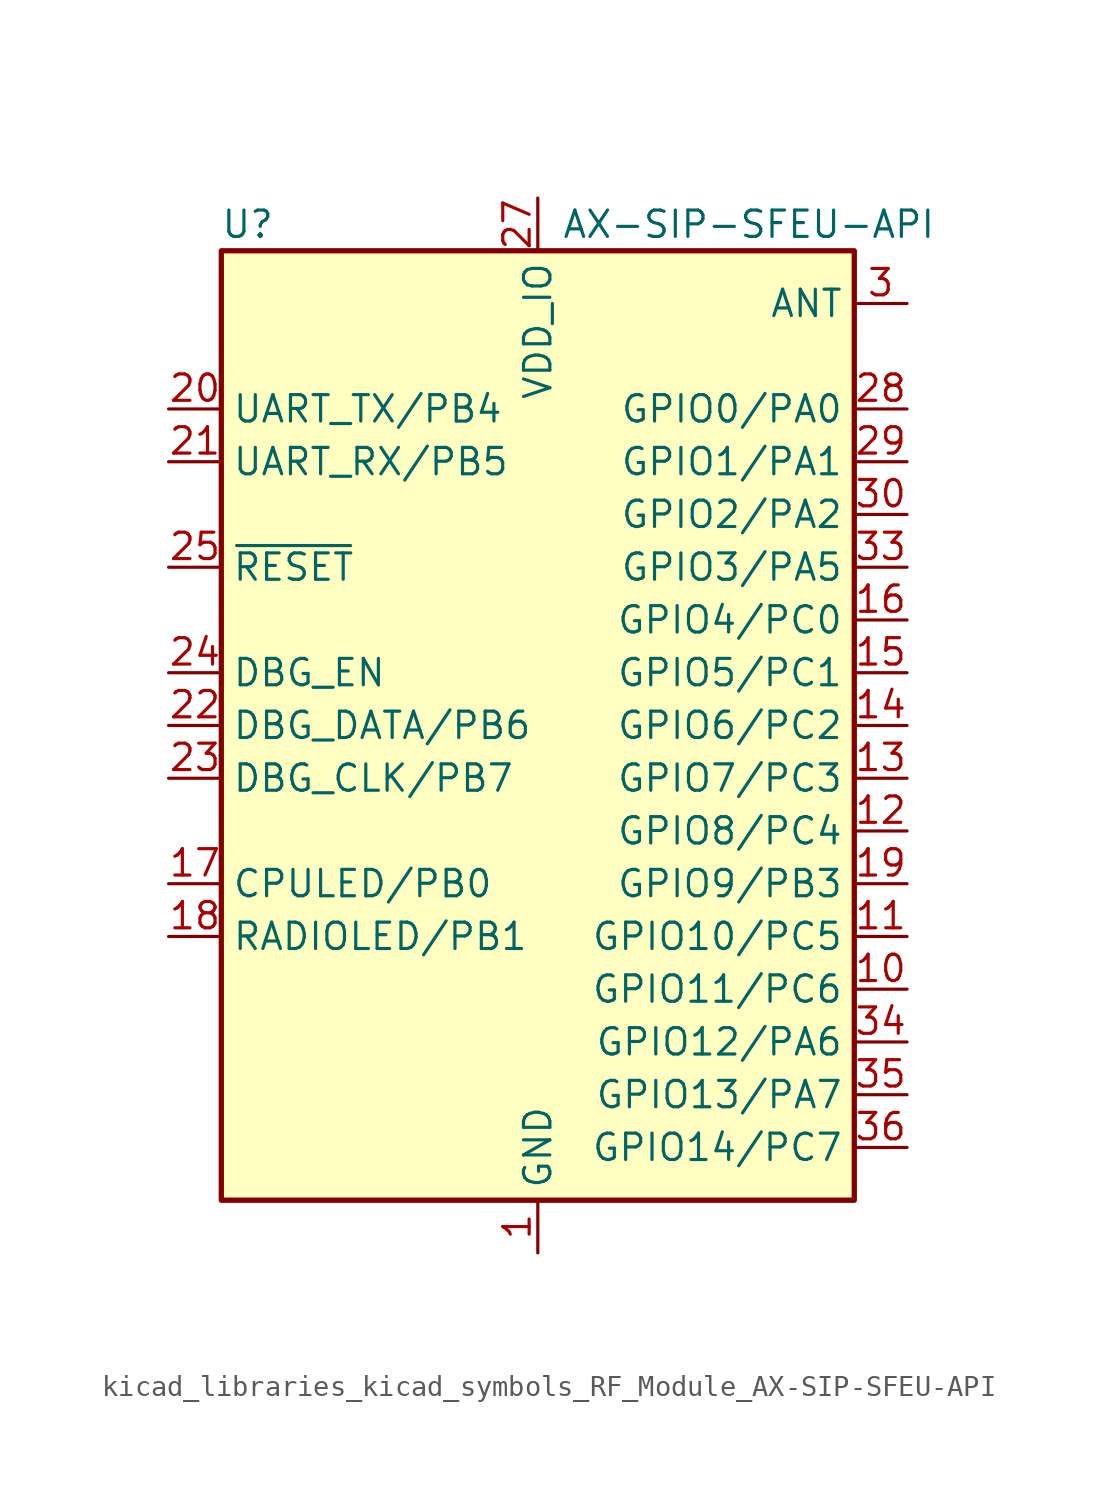
<source format=kicad_sym>
(kicad_symbol_lib
  (version 20220914)
  (generator kicad_symbol_editor)
  (symbol "kicad_libraries_kicad_symbols_RF_Module_AX-SIP-SFEU-API"
    (property "Reference" "U"
      (at -13.97 24.13 0)
      (effects (font (size 1.27 1.27))))
    (property "Value" "AX-SIP-SFEU-API"
      (at 10.16 24.13 0)
      (effects (font (size 1.27 1.27))))
    (symbol "kicad_libraries_kicad_symbols_RF_Module_AX-SIP-SFEU-API_0_1"
      (rectangle (start -15.24 22.86) (end 15.24 -22.86) (stroke (width 0.254) (type default)) (fill (type background))))
    (symbol "kicad_libraries_kicad_symbols_RF_Module_AX-SIP-SFEU-API_1_1"
      (pin power_in line (at 0 -25.4 90) (length 2.54) (name "GND" (effects (font (size 1.27 1.27)))) (number "1" (effects (font (size 1.27 1.27)))))
      (pin bidirectional line (at 17.78 -12.7 180) (length 2.54) (name "GPIO11/PC6" (effects (font (size 1.27 1.27)))) (number "10" (effects (font (size 1.27 1.27)))))
      (pin bidirectional line (at 17.78 -10.16 180) (length 2.54) (name "GPIO10/PC5" (effects (font (size 1.27 1.27)))) (number "11" (effects (font (size 1.27 1.27)))))
      (pin bidirectional line (at 17.78 -5.08 180) (length 2.54) (name "GPIO8/PC4" (effects (font (size 1.27 1.27)))) (number "12" (effects (font (size 1.27 1.27)))))
      (pin bidirectional line (at 17.78 -2.54 180) (length 2.54) (name "GPIO7/PC3" (effects (font (size 1.27 1.27)))) (number "13" (effects (font (size 1.27 1.27)))))
      (pin bidirectional line (at 17.78 0 180) (length 2.54) (name "GPIO6/PC2" (effects (font (size 1.27 1.27)))) (number "14" (effects (font (size 1.27 1.27)))))
      (pin bidirectional line (at 17.78 2.54 180) (length 2.54) (name "GPIO5/PC1" (effects (font (size 1.27 1.27)))) (number "15" (effects (font (size 1.27 1.27)))))
      (pin bidirectional line (at 17.78 5.08 180) (length 2.54) (name "GPIO4/PC0" (effects (font (size 1.27 1.27)))) (number "16" (effects (font (size 1.27 1.27)))))
      (pin output line (at -17.78 -7.62 0) (length 2.54) (name "CPULED/PB0" (effects (font (size 1.27 1.27)))) (number "17" (effects (font (size 1.27 1.27)))))
      (pin output line (at -17.78 -10.16 0) (length 2.54) (name "RADIOLED/PB1" (effects (font (size 1.27 1.27)))) (number "18" (effects (font (size 1.27 1.27)))))
      (pin bidirectional line (at 17.78 -7.62 180) (length 2.54) (name "GPIO9/PB3" (effects (font (size 1.27 1.27)))) (number "19" (effects (font (size 1.27 1.27)))))
      (pin passive line (at 0 -25.4 90) (length 2.54) hide (name "GND" (effects (font (size 1.27 1.27)))) (number "2" (effects (font (size 1.27 1.27)))))
      (pin output line (at -17.78 15.24 0) (length 2.54) (name "UART_TX/PB4" (effects (font (size 1.27 1.27)))) (number "20" (effects (font (size 1.27 1.27)))))
      (pin input line (at -17.78 12.7 0) (length 2.54) (name "UART_RX/PB5" (effects (font (size 1.27 1.27)))) (number "21" (effects (font (size 1.27 1.27)))))
      (pin bidirectional line (at -17.78 0 0) (length 2.54) (name "DBG_DATA/PB6" (effects (font (size 1.27 1.27)))) (number "22" (effects (font (size 1.27 1.27)))))
      (pin input line (at -17.78 -2.54 0) (length 2.54) (name "DBG_CLK/PB7" (effects (font (size 1.27 1.27)))) (number "23" (effects (font (size 1.27 1.27)))))
      (pin input line (at -17.78 2.54 0) (length 2.54) (name "DBG_EN" (effects (font (size 1.27 1.27)))) (number "24" (effects (font (size 1.27 1.27)))))
      (pin input line (at -17.78 7.62 0) (length 2.54) (name "~{RESET}" (effects (font (size 1.27 1.27)))) (number "25" (effects (font (size 1.27 1.27)))))
      (pin passive line (at 0 -25.4 90) (length 2.54) hide (name "GND" (effects (font (size 1.27 1.27)))) (number "26" (effects (font (size 1.27 1.27)))))
      (pin power_in line (at 0 25.4 270) (length 2.54) (name "VDD_IO" (effects (font (size 1.27 1.27)))) (number "27" (effects (font (size 1.27 1.27)))))
      (pin bidirectional line (at 17.78 15.24 180) (length 2.54) (name "GPIO0/PA0" (effects (font (size 1.27 1.27)))) (number "28" (effects (font (size 1.27 1.27)))))
      (pin bidirectional line (at 17.78 12.7 180) (length 2.54) (name "GPIO1/PA1" (effects (font (size 1.27 1.27)))) (number "29" (effects (font (size 1.27 1.27)))))
      (pin passive line (at 17.78 20.32 180) (length 2.54) (name "ANT" (effects (font (size 1.27 1.27)))) (number "3" (effects (font (size 1.27 1.27)))))
      (pin bidirectional line (at 17.78 10.16 180) (length 2.54) (name "GPIO2/PA2" (effects (font (size 1.27 1.27)))) (number "30" (effects (font (size 1.27 1.27)))))
      (pin no_connect line (at 2.54 22.86 270) (length 2.54) hide (name "NC" (effects (font (size 1.27 1.27)))) (number "31" (effects (font (size 1.27 1.27)))))
      (pin no_connect line (at 5.08 22.86 270) (length 2.54) hide (name "NC" (effects (font (size 1.27 1.27)))) (number "32" (effects (font (size 1.27 1.27)))))
      (pin bidirectional line (at 17.78 7.62 180) (length 2.54) (name "GPIO3/PA5" (effects (font (size 1.27 1.27)))) (number "33" (effects (font (size 1.27 1.27)))))
      (pin bidirectional line (at 17.78 -15.24 180) (length 2.54) (name "GPIO12/PA6" (effects (font (size 1.27 1.27)))) (number "34" (effects (font (size 1.27 1.27)))))
      (pin bidirectional line (at 17.78 -17.78 180) (length 2.54) (name "GPIO13/PA7" (effects (font (size 1.27 1.27)))) (number "35" (effects (font (size 1.27 1.27)))))
      (pin bidirectional line (at 17.78 -20.32 180) (length 2.54) (name "GPIO14/PC7" (effects (font (size 1.27 1.27)))) (number "36" (effects (font (size 1.27 1.27)))))
      (pin no_connect line (at 7.62 22.86 270) (length 2.54) hide (name "NC" (effects (font (size 1.27 1.27)))) (number "37" (effects (font (size 1.27 1.27)))))
      (pin no_connect line (at 10.16 22.86 270) (length 2.54) hide (name "NC" (effects (font (size 1.27 1.27)))) (number "38" (effects (font (size 1.27 1.27)))))
      (pin passive line (at 0 -25.4 90) (length 2.54) hide (name "GND" (effects (font (size 1.27 1.27)))) (number "39" (effects (font (size 1.27 1.27)))))
      (pin passive line (at 0 -25.4 90) (length 2.54) hide (name "GND" (effects (font (size 1.27 1.27)))) (number "4" (effects (font (size 1.27 1.27)))))
      (pin passive line (at 0 -25.4 90) (length 2.54) hide (name "GND" (effects (font (size 1.27 1.27)))) (number "40" (effects (font (size 1.27 1.27)))))
      (pin passive line (at 0 -25.4 90) (length 2.54) hide (name "GND" (effects (font (size 1.27 1.27)))) (number "41" (effects (font (size 1.27 1.27)))))
      (pin passive line (at 0 -25.4 90) (length 2.54) hide (name "GND" (effects (font (size 1.27 1.27)))) (number "42" (effects (font (size 1.27 1.27)))))
      (pin passive line (at 0 -25.4 90) (length 2.54) hide (name "GND" (effects (font (size 1.27 1.27)))) (number "43" (effects (font (size 1.27 1.27)))))
      (pin passive line (at 0 -25.4 90) (length 2.54) hide (name "GND" (effects (font (size 1.27 1.27)))) (number "44" (effects (font (size 1.27 1.27)))))
      (pin no_connect line (at -10.16 22.86 270) (length 2.54) hide (name "NC" (effects (font (size 1.27 1.27)))) (number "5" (effects (font (size 1.27 1.27)))))
      (pin passive line (at 0 -25.4 90) (length 2.54) hide (name "GND" (effects (font (size 1.27 1.27)))) (number "6" (effects (font (size 1.27 1.27)))))
      (pin no_connect line (at -7.62 22.86 270) (length 2.54) hide (name "NC" (effects (font (size 1.27 1.27)))) (number "7" (effects (font (size 1.27 1.27)))))
      (pin no_connect line (at -5.08 22.86 270) (length 2.54) hide (name "NC" (effects (font (size 1.27 1.27)))) (number "8" (effects (font (size 1.27 1.27)))))
      (pin no_connect line (at -2.54 22.86 270) (length 2.54) hide (name "NC" (effects (font (size 1.27 1.27)))) (number "9" (effects (font (size 1.27 1.27))))))))
</source>
